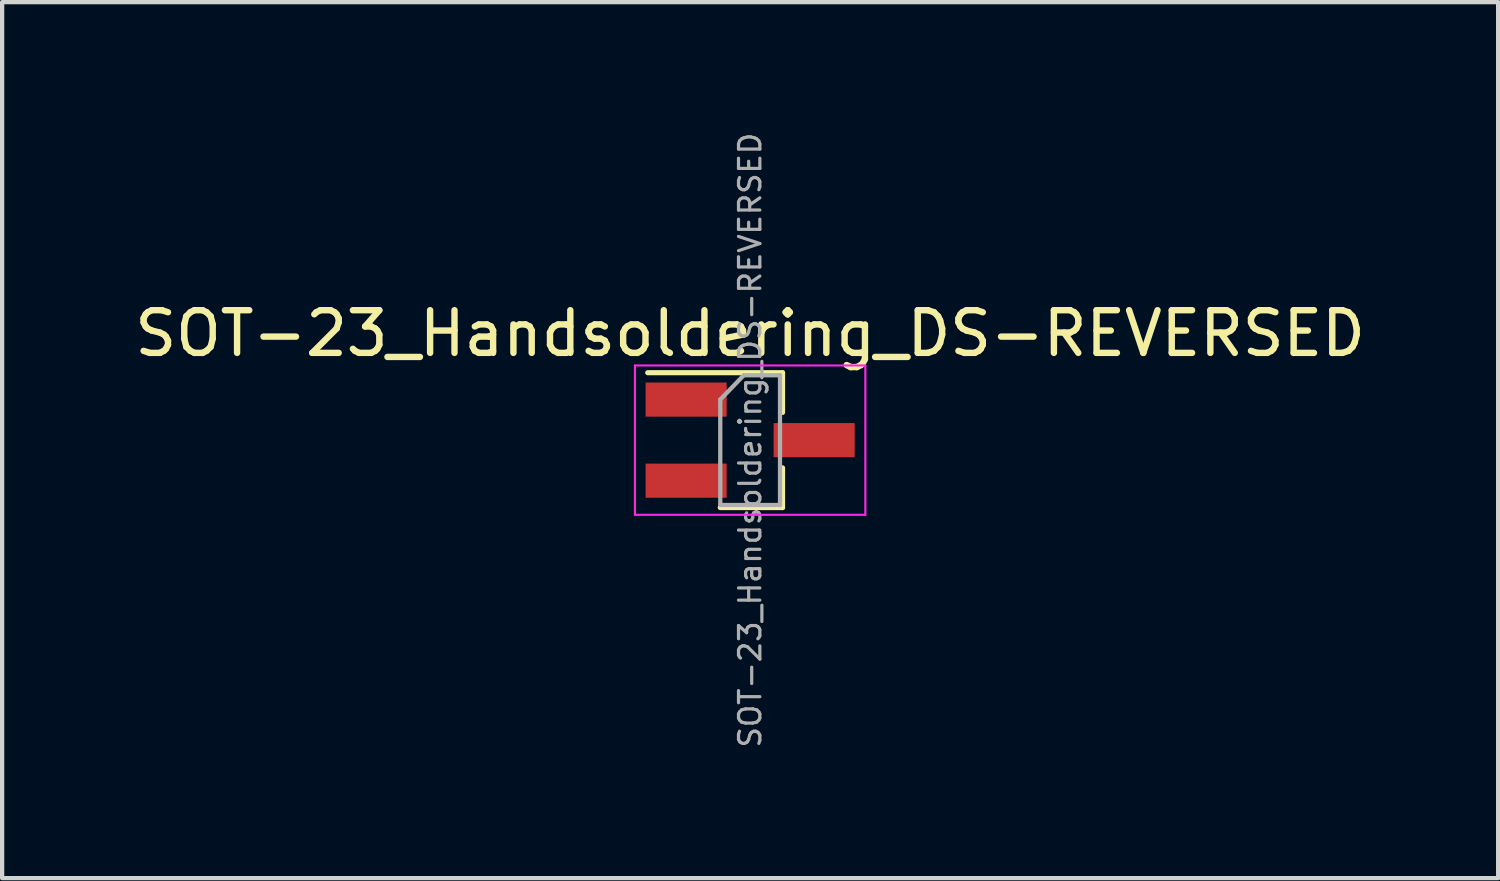
<source format=kicad_pcb>
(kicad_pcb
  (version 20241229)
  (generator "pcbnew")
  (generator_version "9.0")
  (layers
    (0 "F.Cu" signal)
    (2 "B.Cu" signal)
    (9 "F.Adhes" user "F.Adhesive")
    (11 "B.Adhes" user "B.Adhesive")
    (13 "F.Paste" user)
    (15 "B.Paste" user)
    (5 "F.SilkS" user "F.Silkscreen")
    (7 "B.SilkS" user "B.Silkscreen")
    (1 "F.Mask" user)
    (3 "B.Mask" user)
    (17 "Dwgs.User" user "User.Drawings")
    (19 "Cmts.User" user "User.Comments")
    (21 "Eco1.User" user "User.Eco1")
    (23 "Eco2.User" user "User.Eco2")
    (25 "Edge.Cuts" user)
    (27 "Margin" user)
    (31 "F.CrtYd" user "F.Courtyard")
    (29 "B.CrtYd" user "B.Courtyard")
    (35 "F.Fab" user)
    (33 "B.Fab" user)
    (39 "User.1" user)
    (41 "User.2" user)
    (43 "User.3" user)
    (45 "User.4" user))
  (footprint "SOT-23_Handsoldering_DS-REVERSED"
    (layer "F.Cu")
    (at 14.53 7.265)
    (property "Reference" "SOT-23_Handsoldering_DS-REVERSED" (at 0 -2.5 0) (layer "F.SilkS") (effects (font (size 1 1) (thickness 0.15))))
    (attr smd)
    (fp_line (start 0.76 -1.58) (end -2.4 -1.58) (stroke (width 0.12) (type solid)) (layer "F.SilkS"))
    (fp_line (start 0.76 -1.58) (end 0.76 -0.65) (stroke (width 0.12) (type solid)) (layer "F.SilkS"))
    (fp_line (start 0.76 1.58) (end -0.7 1.58) (stroke (width 0.12) (type solid)) (layer "F.SilkS"))
    (fp_line (start 0.76 1.58) (end 0.76 0.65) (stroke (width 0.12) (type solid)) (layer "F.SilkS"))
    (fp_line (start -2.7 -1.75) (end 2.7 -1.75) (stroke (width 0.05) (type solid)) (layer "F.CrtYd"))
    (fp_line (start -2.7 1.75) (end -2.7 -1.75) (stroke (width 0.05) (type solid)) (layer "F.CrtYd"))
    (fp_line (start 2.7 -1.75) (end 2.7 1.75) (stroke (width 0.05) (type solid)) (layer "F.CrtYd"))
    (fp_line (start 2.7 1.75) (end -2.7 1.75) (stroke (width 0.05) (type solid)) (layer "F.CrtYd"))
    (fp_line (start -0.7 -0.95) (end -0.7 1.5) (stroke (width 0.1) (type solid)) (layer "F.Fab"))
    (fp_line (start -0.7 -0.95) (end -0.15 -1.52) (stroke (width 0.1) (type solid)) (layer "F.Fab"))
    (fp_line (start -0.7 1.52) (end 0.7 1.52) (stroke (width 0.1) (type solid)) (layer "F.Fab"))
    (fp_line (start -0.15 -1.52) (end 0.7 -1.52) (stroke (width 0.1) (type solid)) (layer "F.Fab"))
    (fp_line (start 0.7 -1.52) (end 0.7 1.52) (stroke (width 0.1) (type solid)) (layer "F.Fab"))
    (fp_text user "${REFERENCE}" (at 0 0 90) (layer "F.Fab") (effects (font (size 0.5 0.5) (thickness 0.075))))
    (pad "1" smd rect (at -1.5 -0.95) (size 1.9 0.8) (layers "F.Cu" "F.Mask" "F.Paste"))
    (pad "2" smd rect (at 1.5 0) (size 1.9 0.8) (layers "F.Cu" "F.Mask" "F.Paste"))
    (pad "3" smd rect (at -1.5 0.95) (size 1.9 0.8) (layers "F.Cu" "F.Mask" "F.Paste")))
  (gr_rect
    (start -3 -3)
    (end 32.06 17.53)
    (stroke (width 0.1) (type default))
    (fill no)
    (layer "Edge.Cuts")))
</source>
